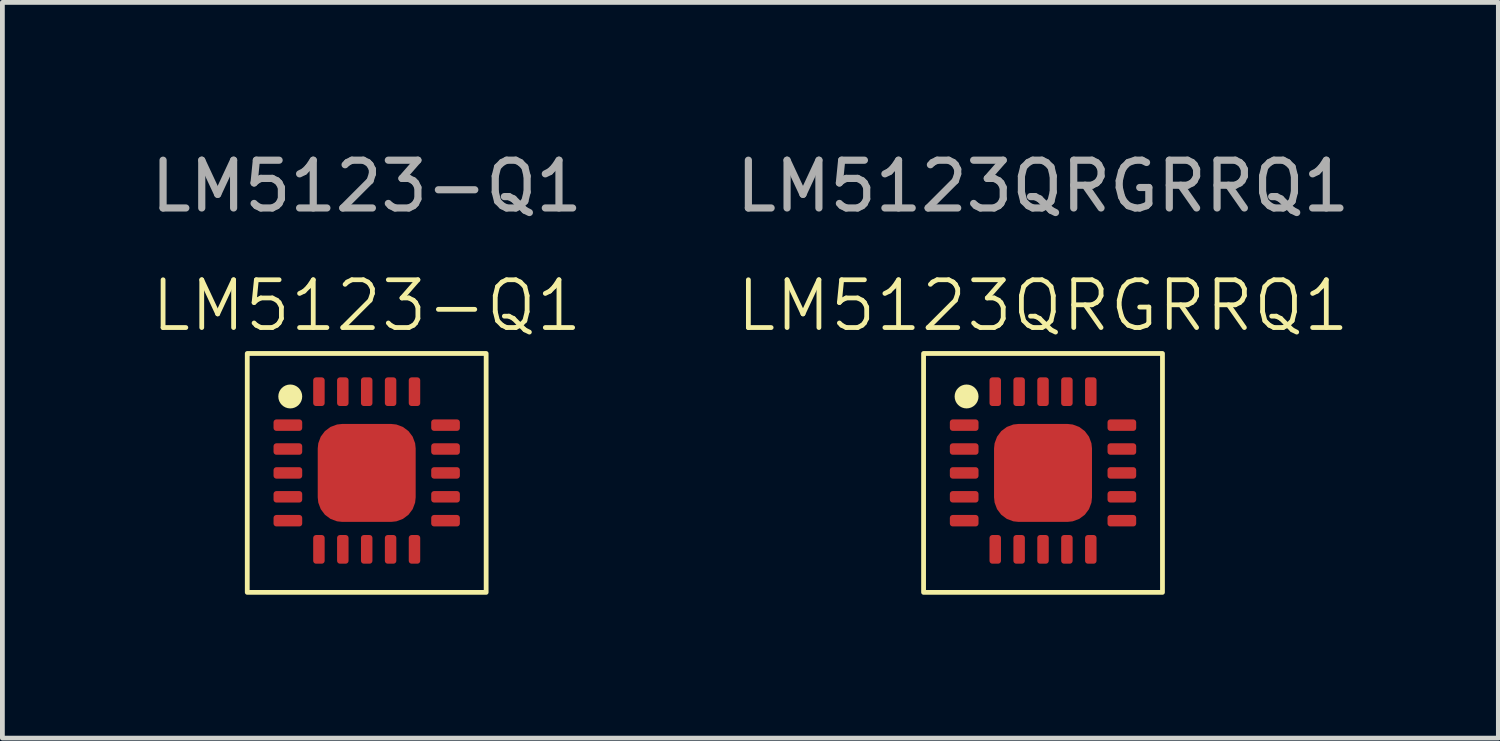
<source format=kicad_pcb>
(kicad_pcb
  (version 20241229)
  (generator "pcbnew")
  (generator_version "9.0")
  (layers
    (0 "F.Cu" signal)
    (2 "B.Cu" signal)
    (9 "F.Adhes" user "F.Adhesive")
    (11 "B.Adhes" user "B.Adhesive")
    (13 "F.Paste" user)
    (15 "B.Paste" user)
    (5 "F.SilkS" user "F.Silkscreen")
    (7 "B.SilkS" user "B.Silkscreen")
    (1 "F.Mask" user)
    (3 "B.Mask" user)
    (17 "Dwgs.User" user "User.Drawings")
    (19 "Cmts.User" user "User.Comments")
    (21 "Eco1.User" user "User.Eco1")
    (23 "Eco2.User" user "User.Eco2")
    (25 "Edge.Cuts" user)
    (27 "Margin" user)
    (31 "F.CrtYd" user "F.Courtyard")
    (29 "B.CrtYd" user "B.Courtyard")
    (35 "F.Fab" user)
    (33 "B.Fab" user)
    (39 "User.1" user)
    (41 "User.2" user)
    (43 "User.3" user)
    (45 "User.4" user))
  (footprint "LM5123QRGRRQ1"
    (layer "F.Cu")
    (at 18.78 6.848)
    (property "Reference" "LM5123QRGRRQ1" (at 0 -3.5 0) (unlocked yes) (layer "F.SilkS") (effects (font (size 1 1) (thickness 0.1))))
    (attr smd)
    (fp_rect (start -2.5 -2.5) (end 2.5 2.5) (stroke (width 0.1) (type default)) (fill no) (layer "F.SilkS"))
    (fp_circle (center -1.6 -1.6) (end -1.4 -1.6) (stroke (width 0.1) (type solid)) (fill yes) (layer "F.SilkS"))
    (fp_text user "${REFERENCE}" (at 0 -6 0) (unlocked yes) (layer "F.Fab") (effects (font (size 1 1) (thickness 0.15))))
    (pad "1" smd roundrect (at -1.65 -1 90) (size 0.24 0.6) (layers "F.Cu" "F.Mask" "F.Paste") (roundrect_rratio 0.25))
    (pad "2" smd roundrect (at -1.65 -0.5 90) (size 0.24 0.6) (layers "F.Cu" "F.Mask" "F.Paste") (roundrect_rratio 0.25))
    (pad "3" smd roundrect (at -1.65 0 90) (size 0.24 0.6) (layers "F.Cu" "F.Mask" "F.Paste") (roundrect_rratio 0.25))
    (pad "4" smd roundrect (at -1.65 0.5 90) (size 0.24 0.6) (layers "F.Cu" "F.Mask" "F.Paste") (roundrect_rratio 0.25))
    (pad "5" smd roundrect (at -1.65 1 90) (size 0.24 0.6) (layers "F.Cu" "F.Mask" "F.Paste") (roundrect_rratio 0.25))
    (pad "6" smd roundrect (at -1 1.6) (size 0.24 0.6) (layers "F.Cu" "F.Mask" "F.Paste") (roundrect_rratio 0.25))
    (pad "7" smd roundrect (at -0.5 1.6) (size 0.24 0.6) (layers "F.Cu" "F.Mask" "F.Paste") (roundrect_rratio 0.25))
    (pad "8" smd roundrect (at 0 1.6) (size 0.24 0.6) (layers "F.Cu" "F.Mask" "F.Paste") (roundrect_rratio 0.25))
    (pad "9" smd roundrect (at 0.5 1.6) (size 0.24 0.6) (layers "F.Cu" "F.Mask" "F.Paste") (roundrect_rratio 0.25))
    (pad "10" smd roundrect (at 1 1.6) (size 0.24 0.6) (layers "F.Cu" "F.Mask" "F.Paste") (roundrect_rratio 0.25))
    (pad "11" smd roundrect (at 1.65 1 90) (size 0.24 0.6) (layers "F.Cu" "F.Mask" "F.Paste") (roundrect_rratio 0.25))
    (pad "12" smd roundrect (at 1.65 0.5 90) (size 0.24 0.6) (layers "F.Cu" "F.Mask" "F.Paste") (roundrect_rratio 0.25))
    (pad "13" smd roundrect (at 1.65 0 90) (size 0.24 0.6) (layers "F.Cu" "F.Mask" "F.Paste") (roundrect_rratio 0.25))
    (pad "14" smd roundrect (at 1.65 -0.5 90) (size 0.24 0.6) (layers "F.Cu" "F.Mask" "F.Paste") (roundrect_rratio 0.25))
    (pad "15" smd roundrect (at 1.65 -1 90) (size 0.24 0.6) (layers "F.Cu" "F.Mask" "F.Paste") (roundrect_rratio 0.25))
    (pad "16" smd roundrect (at 1 -1.7) (size 0.24 0.6) (layers "F.Cu" "F.Mask" "F.Paste") (roundrect_rratio 0.25))
    (pad "17" smd roundrect (at 0.5 -1.7) (size 0.24 0.6) (layers "F.Cu" "F.Mask" "F.Paste") (roundrect_rratio 0.25))
    (pad "18" smd roundrect (at 0 -1.7) (size 0.24 0.6) (layers "F.Cu" "F.Mask" "F.Paste") (roundrect_rratio 0.25))
    (pad "19" smd roundrect (at -0.5 -1.7) (size 0.24 0.6) (layers "F.Cu" "F.Mask" "F.Paste") (roundrect_rratio 0.25))
    (pad "20" smd roundrect (at -1 -1.7) (size 0.24 0.6) (layers "F.Cu" "F.Mask" "F.Paste") (roundrect_rratio 0.25))
    (pad "21" smd roundrect (at 0 0) (size 2.05 2.05) (layers "F.Cu" "F.Mask" "F.Paste") (roundrect_rratio 0.25)))
  (footprint "LM5123-Q1"
    (layer "F.Cu")
    (at 4.625 6.848)
    (property "Reference" "LM5123-Q1" (at 0 -3.5 0) (unlocked yes) (layer "F.SilkS") (effects (font (size 1 1) (thickness 0.1))))
    (attr smd)
    (fp_rect (start -2.5 -2.5) (end 2.5 2.5) (stroke (width 0.1) (type default)) (fill no) (layer "F.SilkS"))
    (fp_circle (center -1.6 -1.6) (end -1.4 -1.6) (stroke (width 0.1) (type solid)) (fill yes) (layer "F.SilkS"))
    (fp_text user "${REFERENCE}" (at 0 -6 0) (unlocked yes) (layer "F.Fab") (effects (font (size 1 1) (thickness 0.15))))
    (pad "1" smd roundrect (at -1.65 -1 90) (size 0.24 0.6) (layers "F.Cu" "F.Mask" "F.Paste") (roundrect_rratio 0.25))
    (pad "2" smd roundrect (at -1.65 -0.5 90) (size 0.24 0.6) (layers "F.Cu" "F.Mask" "F.Paste") (roundrect_rratio 0.25))
    (pad "3" smd roundrect (at -1.65 0 90) (size 0.24 0.6) (layers "F.Cu" "F.Mask" "F.Paste") (roundrect_rratio 0.25))
    (pad "4" smd roundrect (at -1.65 0.5 90) (size 0.24 0.6) (layers "F.Cu" "F.Mask" "F.Paste") (roundrect_rratio 0.25))
    (pad "5" smd roundrect (at -1.65 1 90) (size 0.24 0.6) (layers "F.Cu" "F.Mask" "F.Paste") (roundrect_rratio 0.25))
    (pad "6" smd roundrect (at -1 1.6) (size 0.24 0.6) (layers "F.Cu" "F.Mask" "F.Paste") (roundrect_rratio 0.25))
    (pad "7" smd roundrect (at -0.5 1.6) (size 0.24 0.6) (layers "F.Cu" "F.Mask" "F.Paste") (roundrect_rratio 0.25))
    (pad "8" smd roundrect (at 0 1.6) (size 0.24 0.6) (layers "F.Cu" "F.Mask" "F.Paste") (roundrect_rratio 0.25))
    (pad "9" smd roundrect (at 0.5 1.6) (size 0.24 0.6) (layers "F.Cu" "F.Mask" "F.Paste") (roundrect_rratio 0.25))
    (pad "10" smd roundrect (at 1 1.6) (size 0.24 0.6) (layers "F.Cu" "F.Mask" "F.Paste") (roundrect_rratio 0.25))
    (pad "11" smd roundrect (at 1.65 1 90) (size 0.24 0.6) (layers "F.Cu" "F.Mask" "F.Paste") (roundrect_rratio 0.25))
    (pad "12" smd roundrect (at 1.65 0.5 90) (size 0.24 0.6) (layers "F.Cu" "F.Mask" "F.Paste") (roundrect_rratio 0.25))
    (pad "13" smd roundrect (at 1.65 0 90) (size 0.24 0.6) (layers "F.Cu" "F.Mask" "F.Paste") (roundrect_rratio 0.25))
    (pad "14" smd roundrect (at 1.65 -0.5 90) (size 0.24 0.6) (layers "F.Cu" "F.Mask" "F.Paste") (roundrect_rratio 0.25))
    (pad "15" smd roundrect (at 1.65 -1 90) (size 0.24 0.6) (layers "F.Cu" "F.Mask" "F.Paste") (roundrect_rratio 0.25))
    (pad "16" smd roundrect (at 1 -1.7) (size 0.24 0.6) (layers "F.Cu" "F.Mask" "F.Paste") (roundrect_rratio 0.25))
    (pad "17" smd roundrect (at 0.5 -1.7) (size 0.24 0.6) (layers "F.Cu" "F.Mask" "F.Paste") (roundrect_rratio 0.25))
    (pad "18" smd roundrect (at 0 -1.7) (size 0.24 0.6) (layers "F.Cu" "F.Mask" "F.Paste") (roundrect_rratio 0.25))
    (pad "19" smd roundrect (at -0.5 -1.7) (size 0.24 0.6) (layers "F.Cu" "F.Mask" "F.Paste") (roundrect_rratio 0.25))
    (pad "20" smd roundrect (at -1 -1.7) (size 0.24 0.6) (layers "F.Cu" "F.Mask" "F.Paste") (roundrect_rratio 0.25))
    (pad "21" smd roundrect (at 0 0) (size 2.05 2.05) (layers "F.Cu" "F.Mask" "F.Paste") (roundrect_rratio 0.25)))
  (gr_rect
    (start -3 -3)
    (end 28.31 12.398)
    (stroke (width 0.1) (type default))
    (fill no)
    (layer "Edge.Cuts")))
</source>
